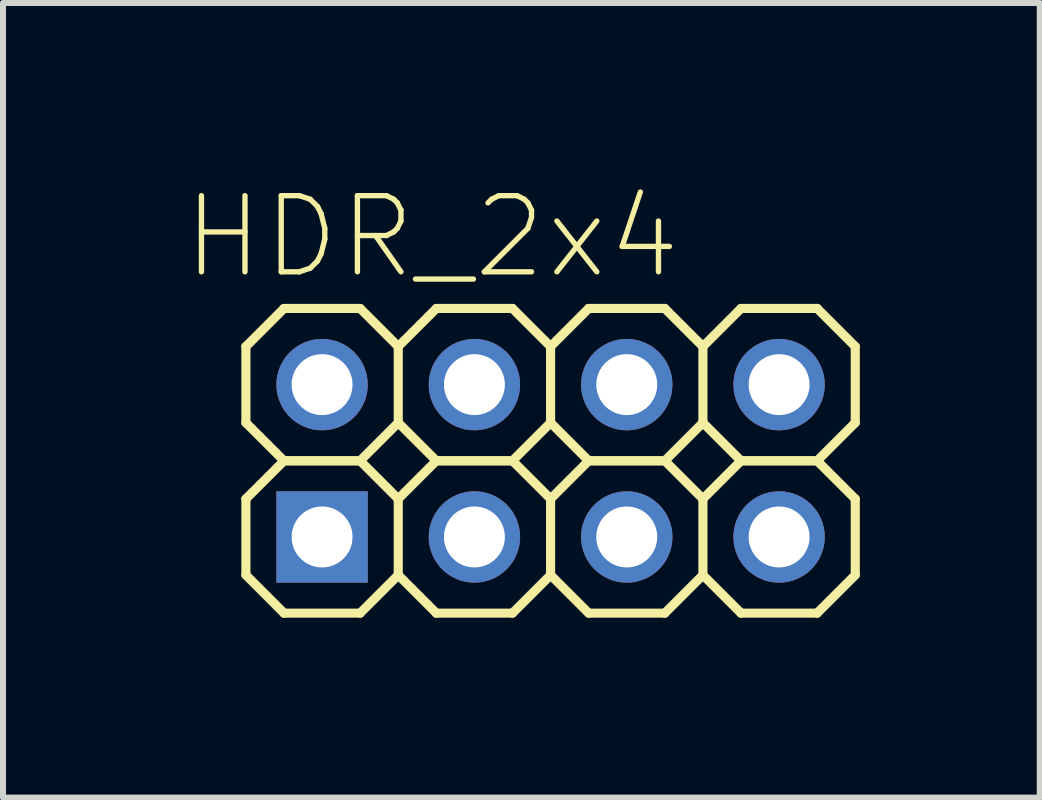
<source format=kicad_pcb>
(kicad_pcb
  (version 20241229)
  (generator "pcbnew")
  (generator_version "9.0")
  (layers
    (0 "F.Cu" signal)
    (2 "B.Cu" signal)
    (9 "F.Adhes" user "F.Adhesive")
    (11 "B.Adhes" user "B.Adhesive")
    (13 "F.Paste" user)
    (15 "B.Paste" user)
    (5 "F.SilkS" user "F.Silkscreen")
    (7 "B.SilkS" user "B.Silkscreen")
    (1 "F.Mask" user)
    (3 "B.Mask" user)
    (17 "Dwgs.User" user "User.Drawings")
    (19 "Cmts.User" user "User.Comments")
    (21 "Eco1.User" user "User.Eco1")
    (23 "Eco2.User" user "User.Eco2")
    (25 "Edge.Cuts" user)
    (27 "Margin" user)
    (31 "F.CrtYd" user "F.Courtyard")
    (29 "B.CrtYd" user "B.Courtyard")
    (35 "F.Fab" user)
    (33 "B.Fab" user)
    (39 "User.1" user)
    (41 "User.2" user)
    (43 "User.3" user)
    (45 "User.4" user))
  (footprint "HDR_2x4"
    (layer "F.Cu")
    (at 6.13 4.633)
    (property "Reference" "HDR_2x4" (at -1.981 -3.734 0) (layer "F.SilkS") (effects (font (size 1.27 1.27) (thickness 0.089))))
    (attr exclude_from_pos_files exclude_from_bom)
    (fp_line (start -5.08 -1.905) (end -5.08 -0.635) (stroke (width 0.152) (type solid)) (layer "F.SilkS"))
    (fp_line (start -5.08 -0.635) (end -4.445 0) (stroke (width 0.152) (type solid)) (layer "F.SilkS"))
    (fp_line (start -5.08 0.635) (end -5.08 1.905) (stroke (width 0.152) (type solid)) (layer "F.SilkS"))
    (fp_line (start -5.08 1.905) (end -4.445 2.54) (stroke (width 0.152) (type solid)) (layer "F.SilkS"))
    (fp_line (start -4.445 -2.54) (end -5.08 -1.905) (stroke (width 0.152) (type solid)) (layer "F.SilkS"))
    (fp_line (start -4.445 -2.54) (end -3.175 -2.54) (stroke (width 0.152) (type solid)) (layer "F.SilkS"))
    (fp_line (start -4.445 0) (end -5.08 0.635) (stroke (width 0.152) (type solid)) (layer "F.SilkS"))
    (fp_line (start -4.445 0) (end -3.175 0) (stroke (width 0.152) (type solid)) (layer "F.SilkS"))
    (fp_line (start -3.175 -2.54) (end -2.54 -1.905) (stroke (width 0.152) (type solid)) (layer "F.SilkS"))
    (fp_line (start -3.175 0) (end -4.445 0) (stroke (width 0.152) (type solid)) (layer "F.SilkS"))
    (fp_line (start -3.175 0) (end -2.54 0.635) (stroke (width 0.152) (type solid)) (layer "F.SilkS"))
    (fp_line (start -3.175 2.54) (end -4.445 2.54) (stroke (width 0.152) (type solid)) (layer "F.SilkS"))
    (fp_line (start -2.54 -1.905) (end -2.54 -0.635) (stroke (width 0.152) (type solid)) (layer "F.SilkS"))
    (fp_line (start -2.54 -1.905) (end -1.905 -2.54) (stroke (width 0.152) (type solid)) (layer "F.SilkS"))
    (fp_line (start -2.54 -0.635) (end -3.175 0) (stroke (width 0.152) (type solid)) (layer "F.SilkS"))
    (fp_line (start -2.54 0.635) (end -2.54 1.905) (stroke (width 0.152) (type solid)) (layer "F.SilkS"))
    (fp_line (start -2.54 0.635) (end -1.905 0) (stroke (width 0.152) (type solid)) (layer "F.SilkS"))
    (fp_line (start -2.54 1.905) (end -3.175 2.54) (stroke (width 0.152) (type solid)) (layer "F.SilkS"))
    (fp_line (start -1.905 -2.54) (end -0.635 -2.54) (stroke (width 0.152) (type solid)) (layer "F.SilkS"))
    (fp_line (start -1.905 0) (end -2.54 -0.635) (stroke (width 0.152) (type solid)) (layer "F.SilkS"))
    (fp_line (start -1.905 0) (end -0.635 0) (stroke (width 0.152) (type solid)) (layer "F.SilkS"))
    (fp_line (start -1.905 2.54) (end -2.54 1.905) (stroke (width 0.152) (type solid)) (layer "F.SilkS"))
    (fp_line (start -0.635 -2.54) (end 0 -1.905) (stroke (width 0.152) (type solid)) (layer "F.SilkS"))
    (fp_line (start -0.635 0) (end -1.905 0) (stroke (width 0.152) (type solid)) (layer "F.SilkS"))
    (fp_line (start -0.635 0) (end 0 0.635) (stroke (width 0.152) (type solid)) (layer "F.SilkS"))
    (fp_line (start -0.635 2.54) (end -1.905 2.54) (stroke (width 0.152) (type solid)) (layer "F.SilkS"))
    (fp_line (start 0 -1.905) (end 0 -0.635) (stroke (width 0.152) (type solid)) (layer "F.SilkS"))
    (fp_line (start 0 -1.905) (end 0.635 -2.54) (stroke (width 0.152) (type solid)) (layer "F.SilkS"))
    (fp_line (start 0 -0.635) (end -0.635 0) (stroke (width 0.152) (type solid)) (layer "F.SilkS"))
    (fp_line (start 0 0.635) (end 0 1.905) (stroke (width 0.152) (type solid)) (layer "F.SilkS"))
    (fp_line (start 0 0.635) (end 0.635 0) (stroke (width 0.152) (type solid)) (layer "F.SilkS"))
    (fp_line (start 0 1.905) (end -0.635 2.54) (stroke (width 0.152) (type solid)) (layer "F.SilkS"))
    (fp_line (start 0.635 -2.54) (end 1.905 -2.54) (stroke (width 0.152) (type solid)) (layer "F.SilkS"))
    (fp_line (start 0.635 0) (end 0 -0.635) (stroke (width 0.152) (type solid)) (layer "F.SilkS"))
    (fp_line (start 0.635 0) (end 1.905 0) (stroke (width 0.152) (type solid)) (layer "F.SilkS"))
    (fp_line (start 0.635 2.54) (end 0 1.905) (stroke (width 0.152) (type solid)) (layer "F.SilkS"))
    (fp_line (start 1.905 -2.54) (end 2.54 -1.905) (stroke (width 0.152) (type solid)) (layer "F.SilkS"))
    (fp_line (start 1.905 0) (end 0.635 0) (stroke (width 0.152) (type solid)) (layer "F.SilkS"))
    (fp_line (start 1.905 0) (end 2.54 0.635) (stroke (width 0.152) (type solid)) (layer "F.SilkS"))
    (fp_line (start 1.905 2.54) (end 0.635 2.54) (stroke (width 0.152) (type solid)) (layer "F.SilkS"))
    (fp_line (start 2.54 -1.905) (end 2.54 -0.635) (stroke (width 0.152) (type solid)) (layer "F.SilkS"))
    (fp_line (start 2.54 -0.635) (end 1.905 0) (stroke (width 0.152) (type solid)) (layer "F.SilkS"))
    (fp_line (start 2.54 -0.635) (end 3.175 0) (stroke (width 0.152) (type solid)) (layer "F.SilkS"))
    (fp_line (start 2.54 0.635) (end 2.54 1.905) (stroke (width 0.152) (type solid)) (layer "F.SilkS"))
    (fp_line (start 2.54 1.905) (end 1.905 2.54) (stroke (width 0.152) (type solid)) (layer "F.SilkS"))
    (fp_line (start 2.54 1.905) (end 3.175 2.54) (stroke (width 0.152) (type solid)) (layer "F.SilkS"))
    (fp_line (start 3.175 -2.54) (end 2.54 -1.905) (stroke (width 0.152) (type solid)) (layer "F.SilkS"))
    (fp_line (start 3.175 -2.54) (end 4.445 -2.54) (stroke (width 0.152) (type solid)) (layer "F.SilkS"))
    (fp_line (start 3.175 0) (end 2.54 0.635) (stroke (width 0.152) (type solid)) (layer "F.SilkS"))
    (fp_line (start 3.175 0) (end 4.445 0) (stroke (width 0.152) (type solid)) (layer "F.SilkS"))
    (fp_line (start 4.445 -2.54) (end 5.08 -1.905) (stroke (width 0.152) (type solid)) (layer "F.SilkS"))
    (fp_line (start 4.445 0) (end 3.175 0) (stroke (width 0.152) (type solid)) (layer "F.SilkS"))
    (fp_line (start 4.445 0) (end 5.08 0.635) (stroke (width 0.152) (type solid)) (layer "F.SilkS"))
    (fp_line (start 4.445 2.54) (end 3.175 2.54) (stroke (width 0.152) (type solid)) (layer "F.SilkS"))
    (fp_line (start 5.08 -1.905) (end 5.08 -0.635) (stroke (width 0.152) (type solid)) (layer "F.SilkS"))
    (fp_line (start 5.08 -0.635) (end 4.445 0) (stroke (width 0.152) (type solid)) (layer "F.SilkS"))
    (fp_line (start 5.08 0.635) (end 5.08 1.905) (stroke (width 0.152) (type solid)) (layer "F.SilkS"))
    (fp_line (start 5.08 1.905) (end 4.445 2.54) (stroke (width 0.152) (type solid)) (layer "F.SilkS"))
    (fp_line (start -4.064 -1.524) (end -3.556 -1.524) (stroke (width 0.066) (type solid)) (layer "F.Fab"))
    (fp_line (start -4.064 -1.016) (end -4.064 -1.524) (stroke (width 0.066) (type solid)) (layer "F.Fab"))
    (fp_line (start -4.064 -1.016) (end -3.556 -1.016) (stroke (width 0.066) (type solid)) (layer "F.Fab"))
    (fp_line (start -4.064 1.016) (end -3.556 1.016) (stroke (width 0.066) (type solid)) (layer "F.Fab"))
    (fp_line (start -4.064 1.524) (end -4.064 1.016) (stroke (width 0.066) (type solid)) (layer "F.Fab"))
    (fp_line (start -4.064 1.524) (end -3.556 1.524) (stroke (width 0.066) (type solid)) (layer "F.Fab"))
    (fp_line (start -3.556 -1.016) (end -3.556 -1.524) (stroke (width 0.066) (type solid)) (layer "F.Fab"))
    (fp_line (start -3.556 1.524) (end -3.556 1.016) (stroke (width 0.066) (type solid)) (layer "F.Fab"))
    (fp_line (start -1.524 -1.524) (end -1.016 -1.524) (stroke (width 0.066) (type solid)) (layer "F.Fab"))
    (fp_line (start -1.524 -1.016) (end -1.524 -1.524) (stroke (width 0.066) (type solid)) (layer "F.Fab"))
    (fp_line (start -1.524 -1.016) (end -1.016 -1.016) (stroke (width 0.066) (type solid)) (layer "F.Fab"))
    (fp_line (start -1.524 1.016) (end -1.016 1.016) (stroke (width 0.066) (type solid)) (layer "F.Fab"))
    (fp_line (start -1.524 1.524) (end -1.524 1.016) (stroke (width 0.066) (type solid)) (layer "F.Fab"))
    (fp_line (start -1.524 1.524) (end -1.016 1.524) (stroke (width 0.066) (type solid)) (layer "F.Fab"))
    (fp_line (start -1.016 -1.016) (end -1.016 -1.524) (stroke (width 0.066) (type solid)) (layer "F.Fab"))
    (fp_line (start -1.016 1.524) (end -1.016 1.016) (stroke (width 0.066) (type solid)) (layer "F.Fab"))
    (fp_line (start 1.016 -1.524) (end 1.524 -1.524) (stroke (width 0.066) (type solid)) (layer "F.Fab"))
    (fp_line (start 1.016 -1.016) (end 1.016 -1.524) (stroke (width 0.066) (type solid)) (layer "F.Fab"))
    (fp_line (start 1.016 -1.016) (end 1.524 -1.016) (stroke (width 0.066) (type solid)) (layer "F.Fab"))
    (fp_line (start 1.016 1.016) (end 1.524 1.016) (stroke (width 0.066) (type solid)) (layer "F.Fab"))
    (fp_line (start 1.016 1.524) (end 1.016 1.016) (stroke (width 0.066) (type solid)) (layer "F.Fab"))
    (fp_line (start 1.016 1.524) (end 1.524 1.524) (stroke (width 0.066) (type solid)) (layer "F.Fab"))
    (fp_line (start 1.524 -1.016) (end 1.524 -1.524) (stroke (width 0.066) (type solid)) (layer "F.Fab"))
    (fp_line (start 1.524 1.524) (end 1.524 1.016) (stroke (width 0.066) (type solid)) (layer "F.Fab"))
    (fp_line (start 3.556 -1.524) (end 4.064 -1.524) (stroke (width 0.066) (type solid)) (layer "F.Fab"))
    (fp_line (start 3.556 -1.016) (end 3.556 -1.524) (stroke (width 0.066) (type solid)) (layer "F.Fab"))
    (fp_line (start 3.556 -1.016) (end 4.064 -1.016) (stroke (width 0.066) (type solid)) (layer "F.Fab"))
    (fp_line (start 3.556 1.016) (end 4.064 1.016) (stroke (width 0.066) (type solid)) (layer "F.Fab"))
    (fp_line (start 3.556 1.524) (end 3.556 1.016) (stroke (width 0.066) (type solid)) (layer "F.Fab"))
    (fp_line (start 3.556 1.524) (end 4.064 1.524) (stroke (width 0.066) (type solid)) (layer "F.Fab"))
    (fp_line (start 4.064 -1.016) (end 4.064 -1.524) (stroke (width 0.066) (type solid)) (layer "F.Fab"))
    (fp_line (start 4.064 1.524) (end 4.064 1.016) (stroke (width 0.066) (type solid)) (layer "F.Fab"))
    (pad "1" thru_hole rect (at -3.81 1.27) (size 1.524 1.524) (drill 1.016) (layers "*.Cu" "*.Mask"))
    (pad "2" thru_hole circle (at -3.81 -1.27) (size 1.524 1.524) (drill 1.016) (layers "*.Cu" "*.Mask"))
    (pad "3" thru_hole circle (at -1.27 1.27) (size 1.524 1.524) (drill 1.016) (layers "*.Cu" "*.Mask"))
    (pad "4" thru_hole circle (at -1.27 -1.27) (size 1.524 1.524) (drill 1.016) (layers "*.Cu" "*.Mask"))
    (pad "5" thru_hole circle (at 1.27 1.27) (size 1.524 1.524) (drill 1.016) (layers "*.Cu" "*.Mask"))
    (pad "6" thru_hole circle (at 1.27 -1.27) (size 1.524 1.524) (drill 1.016) (layers "*.Cu" "*.Mask"))
    (pad "7" thru_hole circle (at 3.81 1.27) (size 1.524 1.524) (drill 1.016) (layers "*.Cu" "*.Mask"))
    (pad "8" thru_hole circle (at 3.81 -1.27) (size 1.524 1.524) (drill 1.016) (layers "*.Cu" "*.Mask")))
  (gr_rect
    (start -3 -3)
    (end 14.286 10.249)
    (stroke (width 0.1) (type default))
    (fill no)
    (layer "Edge.Cuts")))
</source>
